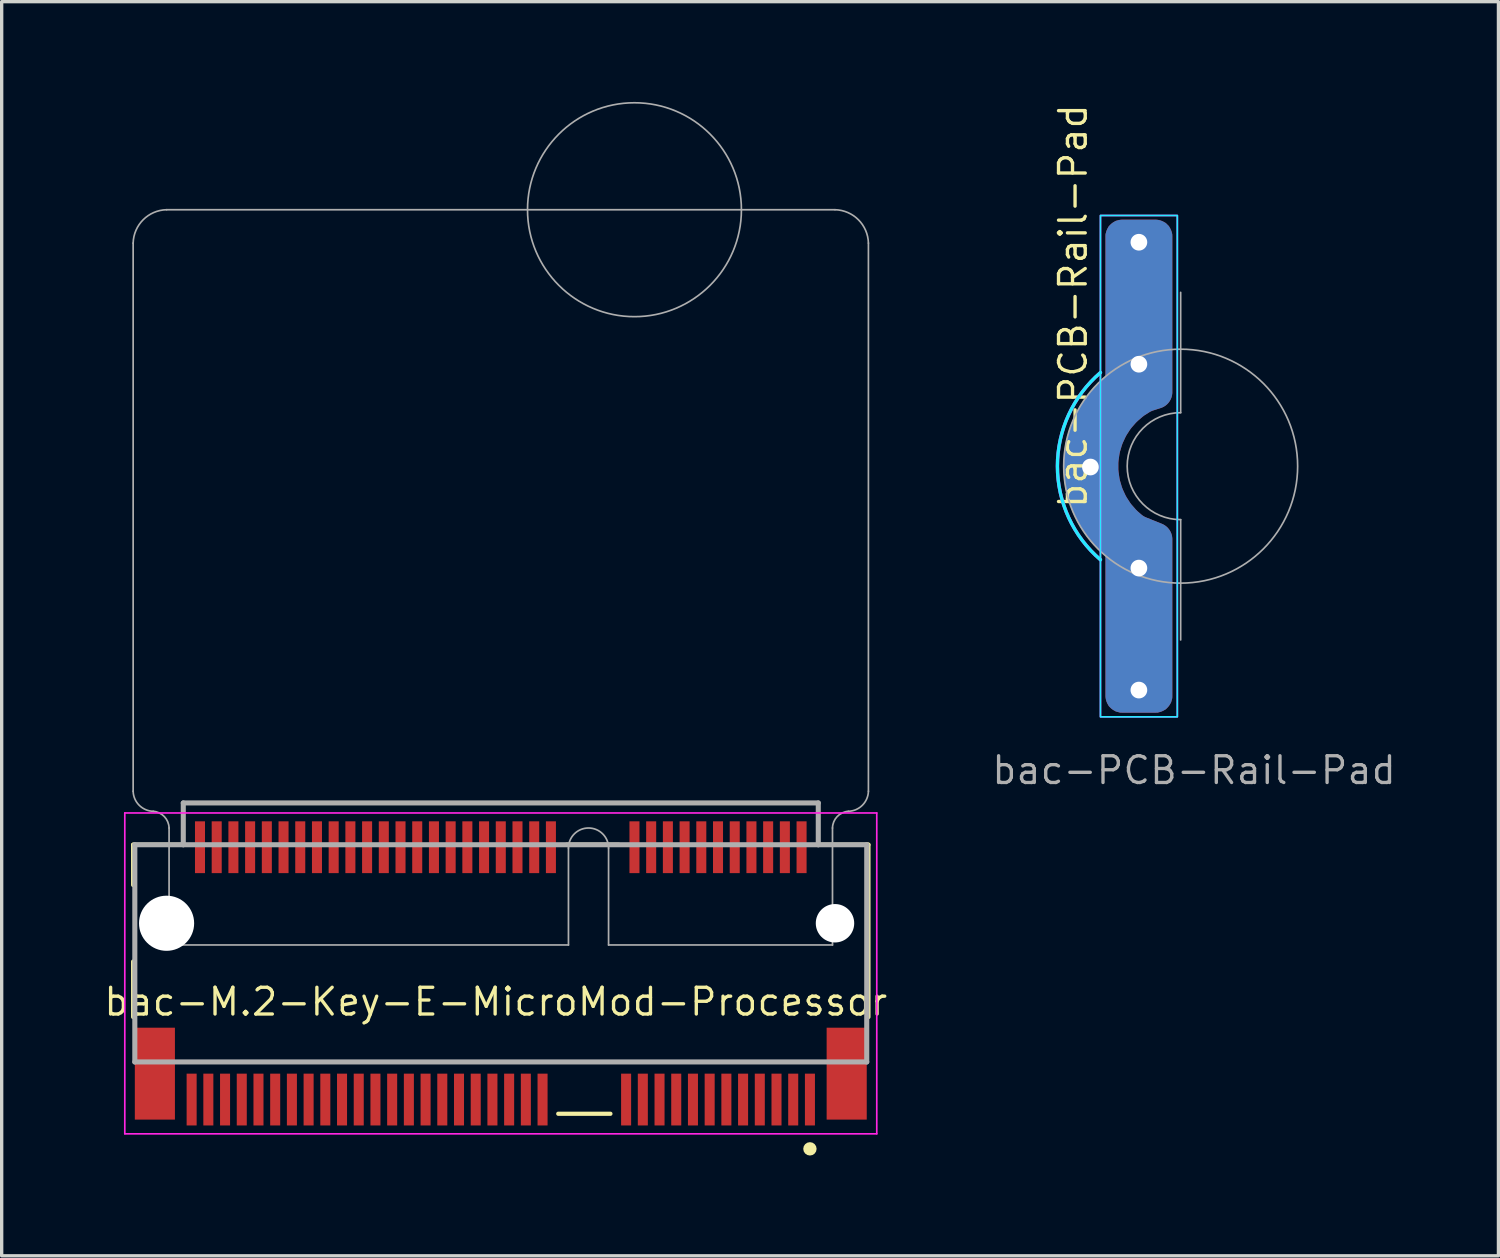
<source format=kicad_pcb>
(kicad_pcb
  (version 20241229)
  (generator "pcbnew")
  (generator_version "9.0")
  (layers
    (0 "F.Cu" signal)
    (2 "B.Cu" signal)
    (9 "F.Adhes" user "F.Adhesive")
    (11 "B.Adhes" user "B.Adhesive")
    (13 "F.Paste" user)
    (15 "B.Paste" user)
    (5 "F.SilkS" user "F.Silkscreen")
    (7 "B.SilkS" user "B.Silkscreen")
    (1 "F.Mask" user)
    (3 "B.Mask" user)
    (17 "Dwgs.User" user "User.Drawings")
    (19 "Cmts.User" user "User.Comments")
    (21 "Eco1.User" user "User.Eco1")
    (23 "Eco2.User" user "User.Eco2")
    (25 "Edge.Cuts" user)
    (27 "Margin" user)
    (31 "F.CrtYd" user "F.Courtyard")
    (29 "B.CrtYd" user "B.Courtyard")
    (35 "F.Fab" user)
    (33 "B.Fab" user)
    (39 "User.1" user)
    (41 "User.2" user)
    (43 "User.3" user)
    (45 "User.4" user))
  (footprint "bac-PCB-Rail-Pad"
    (layer "F.Cu")
    (at 32.277 10.898)
    (property "Reference" "bac-PCB-Rail-Pad" (at -3.22 -4.79 90) (unlocked yes) (layer "F.SilkS") (effects (font (size 0.8 0.8) (thickness 0.1))))
    (attr through_hole)
    (fp_poly (pts (arc (start -2.399999 -2.799999) (mid -3.687816 0) (end -2.399999 2.799995))) (stroke (width 0) (type solid)) (fill yes) (layer "F.Mask"))
    (fp_poly (pts (arc (start 0.4 -7) (mid 0.253553 -7.353553) (end -0.1 -7.5)) (arc (start -1.9 -7.5) (mid -2.253553 -7.353553) (end -2.4 -7)) (arc (start -2.4 7) (mid -2.253553 7.353553) (end -1.9 7.5)) (arc (start -0.1 7.5) (mid 0.253553 7.353553) (end 0.4 7))) (stroke (width 0) (type solid)) (fill yes) (layer "F.Mask"))
    (fp_poly (pts (arc (start -2.399999 -2.799999) (mid -3.687816 0) (end -2.399999 2.799995))) (stroke (width 0) (type solid)) (fill yes) (layer "B.Mask"))
    (fp_poly (pts (arc (start 0.4 -7) (mid 0.253553 -7.353553) (end -0.1 -7.5)) (arc (start -1.9 -7.5) (mid -2.253553 -7.353553) (end -2.4 -7)) (arc (start -2.4 7) (mid -2.253553 7.353553) (end -1.9 7.5)) (arc (start -0.1 7.5) (mid 0.253553 7.353553) (end 0.4 7))) (stroke (width 0) (type solid)) (fill yes) (layer "B.Mask"))
    (fp_rect (start -2.4 -7.5) (end -0.1 7.5) (stroke (width 0.05) (type default)) (fill no) (layer "B.CrtYd"))
    (fp_arc (start -2.399999 2.799999) (mid -3.687816 0) (end -2.399999 -2.799999) (stroke (width 0.1) (type default)) (layer "B.CrtYd"))
    (fp_rect (start -2.4 -7.5) (end -0.1 7.5) (stroke (width 0.05) (type default)) (fill no) (layer "F.CrtYd"))
    (fp_arc (start -2.399999 2.799999) (mid -3.687816 0) (end -2.399999 -2.799999) (stroke (width 0.1) (type default)) (layer "F.CrtYd"))
    (fp_line (start 0 -1.6) (end 0 -5.2) (stroke (width 0.05) (type default)) (layer "F.Fab"))
    (fp_line (start 0 5.2) (end 0 1.6) (stroke (width 0.05) (type default)) (layer "F.Fab"))
    (fp_arc (start 0 1.6) (mid -1.6 0) (end 0 -1.6) (stroke (width 0.05) (type default)) (layer "F.Fab"))
    (fp_circle (center 0 0) (end 3.5 0) (stroke (width 0.05) (type default)) (fill no) (layer "F.Fab"))
    (fp_text user "${REFERENCE}" (at 0.4 9.1 0) (unlocked yes) (layer "F.Fab") (effects (font (size 0.8 0.8) (thickness 0.1))))
    (pad "1" thru_hole circle (at -2.7 0.026) (size 1 1) (drill 0.5) (layers "*.Cu" "*.Mask"))
    (pad "1" thru_hole circle (at -1.25 -6.7) (size 1 1) (drill 0.5) (layers "*.Cu" "*.Mask"))
    (pad "1" thru_hole circle (at -1.25 -3.05) (size 1 1) (drill 0.5) (layers "*.Cu" "*.Mask"))
    (pad "1" thru_hole circle (at -1.25 3.05) (size 1 1) (drill 0.5) (layers "*.Cu" "*.Mask"))
    (pad "1" thru_hole circle (at -1.25 6.7) (size 1 1) (drill 0.5) (layers "*.Cu" "*.Mask"))
    (pad "1" smd custom (at -1.1 -5.8) (size 1 1) (layers "F.Cu" "F.Mask") (options (anchor circle)) (primitives (gr_poly (pts (xy 0.85 -1.068) (xy 0.85 -1.082) (xy 0.848 -1.141) (arc (start 0.831368 -1.20375) (mid 0.810345 -1.265682) (end 0.781418 -1.32434)) (xy 0.749 -1.381) (xy 0.656 -1.474) (arc (start 0.59934 -1.506418) (mid 0.540682 -1.535345) (end 0.47875 -1.556368)) (arc (start 0.472788 -1.557966) (mid 0.415099 -1.569833) (end 0.356415 -1.574833)) (xy 0.35 -1.575) (xy -0.65 -1.575) (arc (start -0.656415 -1.574833) (mid -0.715099 -1.569832) (end -0.772788 -1.557965)) (xy -0.842 -1.539) (arc (start -0.898949 -1.506643) (mid -0.95333 -1.470307) (end -1.002502 -1.427184)) (xy -1.049 -1.381) (arc (start -1.081418 -1.32434) (mid -1.110345 -1.265682) (end -1.131368 -1.20375)) (xy -1.148 -1.141) (xy -1.15 -1.082) (xy -1.15 -1.068) (xy -1.15 3.11) (xy -1.27 3.213) (xy -1.303 3.244) (xy -1.52 3.468) (xy -1.554 3.506) (xy -1.746 3.749) (xy -1.776 3.791) (xy -1.942 4.052) (xy -1.967 4.097) (xy -2.105 4.374) (xy -2.126 4.421) (xy -2.235 4.71) (xy -2.25 4.759) (xy -2.329 5.058) (xy -2.339 5.109) (xy -2.387 5.414) (xy -2.392 5.465) (xy -2.408 5.774) (xy -2.408 5.826) (xy -2.392 6.135) (xy -2.387 6.186) (xy -2.339 6.491) (xy -2.329 6.542) (xy -2.25 6.841) (xy -2.235 6.89) (xy -2.126 7.179) (xy -2.105 7.226) (xy -1.967 7.503) (xy -1.942 7.548) (xy -1.776 7.809) (xy -1.746 7.851) (xy -1.554 8.094) (xy -1.52 8.132) (xy -1.303 8.356) (xy -1.27 8.387) (xy -1.15 8.49) (xy -1.15 12.675) (arc (start -1.149833 12.681415) (mid -1.144833 12.740099) (end -1.132966 12.797788)) (arc (start -1.131368 12.80375) (mid -1.110345 12.865682) (end -1.081418 12.92434)) (xy -1.049 12.981) (arc (start -1.002502 13.027184) (mid -0.95333 13.070307) (end -0.898949 13.106643)) (xy -0.842 13.139) (xy -0.716 13.173) (xy -0.657 13.175) (xy -0.643 13.175) (xy 0.343 13.175) (xy 0.357 13.175) (xy 0.416 13.173) (arc (start 0.47875 13.156368) (mid 0.540682 13.135345) (end 0.59934 13.106418)) (xy 0.656 13.074) (arc (start 0.702184 13.027502) (mid 0.745307 12.97833) (end 0.781643 12.923949)) (xy 0.814 12.867) (xy 0.848 12.741) (xy 0.85 12.682) (xy 0.85 12.668) (arc (start 0.85 7.987621) (mid 0.764378 7.707815) (end 0.536835 7.52384)) (arc (start 0.064208 7.333441) (mid -0.008566 7.296981) (end -0.074461 7.249196)) (xy -0.188 7.151) (xy -0.239 7.101) (xy -0.369 6.953) (xy -0.412 6.896) (xy -0.519 6.731) (xy -0.553 6.668) (xy -0.635 6.49) (xy -0.66 6.423) (xy -0.716 6.234) (xy -0.731 6.164) (xy -0.759 5.97) (xy -0.765 5.898) (xy -0.765 5.702) (xy -0.759 5.63) (xy -0.731 5.436) (xy -0.716 5.366) (xy -0.66 5.177) (xy -0.635 5.11) (xy -0.553 4.932) (xy -0.519 4.869) (xy -0.412 4.704) (xy -0.369 4.647) (xy -0.239 4.499) (xy -0.188 4.449) (xy -0.039 4.321) (xy 0.018 4.278) (arc (start 0.160337 4.187931) (mid 0.216258 4.157276) (end 0.275626 4.133988)) (arc (start 0.502529 4.061305) (mid 0.753896 3.879871) (end 0.85 3.585138))) (width 0) (fill yes))))
    (pad "1" smd custom (at -1.1 -5.8) (size 1 1) (layers "B.Cu" "B.Mask") (options (anchor circle)) (primitives (gr_poly (pts (xy 0.85 -1.068) (xy 0.85 -1.082) (xy 0.848 -1.141) (arc (start 0.831368 -1.20375) (mid 0.810345 -1.265682) (end 0.781418 -1.32434)) (xy 0.749 -1.381) (xy 0.656 -1.474) (arc (start 0.59934 -1.506418) (mid 0.540682 -1.535345) (end 0.47875 -1.556368)) (arc (start 0.472788 -1.557966) (mid 0.415099 -1.569833) (end 0.356415 -1.574833)) (xy 0.35 -1.575) (xy -0.65 -1.575) (arc (start -0.656415 -1.574833) (mid -0.715099 -1.569832) (end -0.772788 -1.557965)) (xy -0.842 -1.539) (arc (start -0.898949 -1.506643) (mid -0.95333 -1.470307) (end -1.002502 -1.427184)) (xy -1.049 -1.381) (arc (start -1.081418 -1.32434) (mid -1.110345 -1.265682) (end -1.131368 -1.20375)) (xy -1.148 -1.141) (xy -1.15 -1.082) (xy -1.15 -1.068) (xy -1.15 3.11) (xy -1.27 3.213) (xy -1.303 3.244) (xy -1.52 3.468) (xy -1.554 3.506) (xy -1.746 3.749) (xy -1.776 3.791) (xy -1.942 4.052) (xy -1.967 4.097) (xy -2.105 4.374) (xy -2.126 4.421) (xy -2.235 4.71) (xy -2.25 4.759) (xy -2.329 5.058) (xy -2.339 5.109) (xy -2.387 5.414) (xy -2.392 5.465) (xy -2.408 5.774) (xy -2.408 5.826) (xy -2.392 6.135) (xy -2.387 6.186) (xy -2.339 6.491) (xy -2.329 6.542) (xy -2.25 6.841) (xy -2.235 6.89) (xy -2.126 7.179) (xy -2.105 7.226) (xy -1.967 7.503) (xy -1.942 7.548) (xy -1.776 7.809) (xy -1.746 7.851) (xy -1.554 8.094) (xy -1.52 8.132) (xy -1.303 8.356) (xy -1.27 8.387) (xy -1.15 8.49) (xy -1.15 12.675) (arc (start -1.149833 12.681415) (mid -1.144833 12.740099) (end -1.132966 12.797788)) (arc (start -1.131368 12.80375) (mid -1.110345 12.865682) (end -1.081418 12.92434)) (xy -1.049 12.981) (arc (start -1.002502 13.027184) (mid -0.95333 13.070307) (end -0.898949 13.106643)) (xy -0.842 13.139) (xy -0.716 13.173) (xy -0.657 13.175) (xy -0.643 13.175) (xy 0.343 13.175) (xy 0.357 13.175) (xy 0.416 13.173) (arc (start 0.47875 13.156368) (mid 0.540682 13.135345) (end 0.59934 13.106418)) (xy 0.656 13.074) (arc (start 0.702184 13.027502) (mid 0.745307 12.97833) (end 0.781643 12.923949)) (xy 0.814 12.867) (xy 0.848 12.741) (xy 0.85 12.682) (xy 0.85 12.668) (arc (start 0.85 7.987621) (mid 0.764378 7.707815) (end 0.536835 7.52384)) (arc (start 0.064208 7.333441) (mid -0.008566 7.296981) (end -0.074461 7.249196)) (xy -0.188 7.151) (xy -0.239 7.101) (xy -0.369 6.953) (xy -0.412 6.896) (xy -0.519 6.731) (xy -0.553 6.668) (xy -0.635 6.49) (xy -0.66 6.423) (xy -0.716 6.234) (xy -0.731 6.164) (xy -0.759 5.97) (xy -0.765 5.898) (xy -0.765 5.702) (xy -0.759 5.63) (xy -0.731 5.436) (xy -0.716 5.366) (xy -0.66 5.177) (xy -0.635 5.11) (xy -0.553 4.932) (xy -0.519 4.869) (xy -0.412 4.704) (xy -0.369 4.647) (xy -0.239 4.499) (xy -0.188 4.449) (xy -0.039 4.321) (xy 0.018 4.278) (arc (start 0.160337 4.187931) (mid 0.216258 4.157276) (end 0.275626 4.133988)) (arc (start 0.502529 4.061305) (mid 0.753896 3.879871) (end 0.85 3.585138))) (width 0) (fill yes)))))
  (footprint "bac-M.2-Key-E-MicroMod-Processor"
    (layer "F.Cu")
    (at 11.934 23.475)
    (property "Reference" "bac-M.2-Key-E-MicroMod-Processor" (at -0.15 3.45 0) (unlocked yes) (layer "F.SilkS") (effects (font (size 0.8 0.8) (thickness 0.1))))
    (fp_line (start -11 -1.25) (end -11 -0.045) (stroke (width 0.127) (type solid)) (layer "F.SilkS"))
    (fp_line (start -11 -1.25) (end -9.47 -1.25) (stroke (width 0.127) (type solid)) (layer "F.SilkS"))
    (fp_line (start -11 3.905) (end -11 2.245) (stroke (width 0.127) (type solid)) (layer "F.SilkS"))
    (fp_line (start 3.28 6.8) (end 1.72 6.8) (stroke (width 0.127) (type solid)) (layer "F.SilkS"))
    (fp_line (start 3.53 -1.25) (end 1.97 -1.25) (stroke (width 0.127) (type solid)) (layer "F.SilkS"))
    (fp_line (start 9.47 -1.25) (end 11 -1.25) (stroke (width 0.127) (type solid)) (layer "F.SilkS"))
    (fp_line (start 11 -1.25) (end 11 3.905) (stroke (width 0.127) (type solid)) (layer "F.SilkS"))
    (fp_circle (center 9.25 7.85) (end 9.15 7.85) (stroke (width 0.2) (type solid)) (fill no) (layer "F.SilkS"))
    (fp_line (start -11.25 -2.2) (end -11.25 7.4) (stroke (width 0.05) (type solid)) (layer "F.CrtYd"))
    (fp_line (start -11.25 7.4) (end 11.25 7.4) (stroke (width 0.05) (type solid)) (layer "F.CrtYd"))
    (fp_line (start 11.25 -2.2) (end -11.25 -2.2) (stroke (width 0.05) (type solid)) (layer "F.CrtYd"))
    (fp_line (start 11.25 7.4) (end 11.25 -2.2) (stroke (width 0.05) (type solid)) (layer "F.CrtYd"))
    (fp_line (start -11 -19.25) (end -11 -2.85) (stroke (width 0.051) (type solid)) (layer "F.Fab"))
    (fp_line (start -10.95 -1.25) (end -10.95 5.25) (stroke (width 0.152) (type solid)) (layer "F.Fab"))
    (fp_line (start -10.95 5.25) (end 10.95 5.25) (stroke (width 0.152) (type solid)) (layer "F.Fab"))
    (fp_line (start -9.925 1.75) (end -9.925 -1.75) (stroke (width 0.051) (type solid)) (layer "F.Fab"))
    (fp_line (start -9.5 -2.5) (end -9.5 -1.25) (stroke (width 0.152) (type solid)) (layer "F.Fab"))
    (fp_line (start -9.5 -1.25) (end -10.95 -1.25) (stroke (width 0.152) (type solid)) (layer "F.Fab"))
    (fp_line (start 2.025 -1.15) (end 2.025 1.75) (stroke (width 0.051) (type solid)) (layer "F.Fab"))
    (fp_line (start 2.025 1.75) (end -9.925 1.75) (stroke (width 0.051) (type solid)) (layer "F.Fab"))
    (fp_line (start 3.225 -1.15) (end 3.225 1.75) (stroke (width 0.051) (type solid)) (layer "F.Fab"))
    (fp_line (start 9.5 -2.5) (end -9.5 -2.5) (stroke (width 0.152) (type solid)) (layer "F.Fab"))
    (fp_line (start 9.5 -2.5) (end 9.5 -1.25) (stroke (width 0.152) (type solid)) (layer "F.Fab"))
    (fp_line (start 9.5 -1.25) (end -9.5 -1.25) (stroke (width 0.152) (type solid)) (layer "F.Fab"))
    (fp_line (start 9.925 -1.75) (end 9.925 1.75) (stroke (width 0.051) (type solid)) (layer "F.Fab"))
    (fp_line (start 9.925 1.75) (end 3.225 1.75) (stroke (width 0.051) (type solid)) (layer "F.Fab"))
    (fp_line (start 10 -20.25) (end -10 -20.25) (stroke (width 0.051) (type solid)) (layer "F.Fab"))
    (fp_line (start 10.95 -1.25) (end 9.5 -1.25) (stroke (width 0.152) (type solid)) (layer "F.Fab"))
    (fp_line (start 10.95 5.25) (end 10.95 -1.25) (stroke (width 0.152) (type solid)) (layer "F.Fab"))
    (fp_line (start 11 -19.25) (end 11 -2.85) (stroke (width 0.05) (type solid)) (layer "F.Fab"))
    (fp_arc (start -11 -19.25) (mid -10.7 -19.95) (end -10 -20.25) (stroke (width 0.05) (type solid)) (layer "F.Fab"))
    (fp_arc (start -10.400001 -2.249999) (mid -10.819362 -2.430638) (end -11 -2.85) (stroke (width 0.05) (type solid)) (layer "F.Fab"))
    (fp_arc (start -10.4 -2.25) (mid -10.066759 -2.090954) (end -9.925 -1.75) (stroke (width 0.0508) (type solid)) (layer "F.Fab"))
    (fp_arc (start 2.025 -1.15) (mid 2.625 -1.75) (end 3.225 -1.15) (stroke (width 0.0508) (type solid)) (layer "F.Fab"))
    (fp_arc (start 9.925 -1.75) (mid 10.065344 -2.092298) (end 10.4 -2.25) (stroke (width 0.0508) (type solid)) (layer "F.Fab"))
    (fp_arc (start 10 -20.25) (mid 10.7 -19.95) (end 11 -19.25) (stroke (width 0.05) (type solid)) (layer "F.Fab"))
    (fp_arc (start 10.999999 -2.849999) (mid 10.819361 -2.430638) (end 10.4 -2.25) (stroke (width 0.05) (type solid)) (layer "F.Fab"))
    (fp_circle (center 4 -20.25) (end 7.2 -20.25) (stroke (width 0.05) (type solid)) (fill no) (layer "F.Fab"))
    (pad "" np_thru_hole circle (at -10 1.1 180) (size 1.65 1.65) (drill 1.65) (layers "*.Cu" "*.Mask"))
    (pad "" np_thru_hole circle (at 10 1.1 180) (size 1.15 1.15) (drill 1.15) (layers "*.Cu" "*.Mask"))
    (pad "1" smd rect (at 9.25 6.375 180) (size 0.3 1.55) (layers "F.Cu" "F.Mask" "F.Paste"))
    (pad "2" smd rect (at 9 -1.175 180) (size 0.3 1.55) (layers "F.Cu" "F.Mask" "F.Paste"))
    (pad "3" smd rect (at 8.75 6.375 180) (size 0.3 1.55) (layers "F.Cu" "F.Mask" "F.Paste"))
    (pad "4" smd rect (at 8.5 -1.175 180) (size 0.3 1.55) (layers "F.Cu" "F.Mask" "F.Paste"))
    (pad "5" smd rect (at 8.25 6.375 180) (size 0.3 1.55) (layers "F.Cu" "F.Mask" "F.Paste"))
    (pad "6" smd rect (at 8 -1.175 180) (size 0.3 1.55) (layers "F.Cu" "F.Mask" "F.Paste"))
    (pad "7" smd rect (at 7.75 6.375 180) (size 0.3 1.55) (layers "F.Cu" "F.Mask" "F.Paste"))
    (pad "8" smd rect (at 7.5 -1.175 180) (size 0.3 1.55) (layers "F.Cu" "F.Mask" "F.Paste"))
    (pad "9" smd rect (at 7.25 6.375 180) (size 0.3 1.55) (layers "F.Cu" "F.Mask" "F.Paste"))
    (pad "10" smd rect (at 7 -1.175 180) (size 0.3 1.55) (layers "F.Cu" "F.Mask" "F.Paste"))
    (pad "11" smd rect (at 6.75 6.375 180) (size 0.3 1.55) (layers "F.Cu" "F.Mask" "F.Paste"))
    (pad "12" smd rect (at 6.5 -1.175 180) (size 0.3 1.55) (layers "F.Cu" "F.Mask" "F.Paste"))
    (pad "13" smd rect (at 6.25 6.375 180) (size 0.3 1.55) (layers "F.Cu" "F.Mask" "F.Paste"))
    (pad "14" smd rect (at 6 -1.175 180) (size 0.3 1.55) (layers "F.Cu" "F.Mask" "F.Paste"))
    (pad "15" smd rect (at 5.75 6.375 180) (size 0.3 1.55) (layers "F.Cu" "F.Mask" "F.Paste"))
    (pad "16" smd rect (at 5.5 -1.175 180) (size 0.3 1.55) (layers "F.Cu" "F.Mask" "F.Paste"))
    (pad "17" smd rect (at 5.25 6.375 180) (size 0.3 1.55) (layers "F.Cu" "F.Mask" "F.Paste"))
    (pad "18" smd rect (at 5 -1.175 180) (size 0.3 1.55) (layers "F.Cu" "F.Mask" "F.Paste"))
    (pad "19" smd rect (at 4.75 6.375 180) (size 0.3 1.55) (layers "F.Cu" "F.Mask" "F.Paste"))
    (pad "20" smd rect (at 4.5 -1.175 180) (size 0.3 1.55) (layers "F.Cu" "F.Mask" "F.Paste"))
    (pad "21" smd rect (at 4.25 6.375 180) (size 0.3 1.55) (layers "F.Cu" "F.Mask" "F.Paste"))
    (pad "22" smd rect (at 4 -1.175 180) (size 0.3 1.55) (layers "F.Cu" "F.Mask" "F.Paste"))
    (pad "23" smd rect (at 3.75 6.375 180) (size 0.3 1.55) (layers "F.Cu" "F.Mask" "F.Paste"))
    (pad "32" smd rect (at 1.5 -1.175 180) (size 0.3 1.55) (layers "F.Cu" "F.Mask" "F.Paste"))
    (pad "33" smd rect (at 1.25 6.375 180) (size 0.3 1.55) (layers "F.Cu" "F.Mask" "F.Paste"))
    (pad "34" smd rect (at 1 -1.175 180) (size 0.3 1.55) (layers "F.Cu" "F.Mask" "F.Paste"))
    (pad "35" smd rect (at 0.75 6.375 180) (size 0.3 1.55) (layers "F.Cu" "F.Mask" "F.Paste"))
    (pad "36" smd rect (at 0.5 -1.175 180) (size 0.3 1.55) (layers "F.Cu" "F.Mask" "F.Paste"))
    (pad "37" smd rect (at 0.25 6.375 180) (size 0.3 1.55) (layers "F.Cu" "F.Mask" "F.Paste"))
    (pad "38" smd rect (at 0 -1.175 180) (size 0.3 1.55) (layers "F.Cu" "F.Mask" "F.Paste"))
    (pad "39" smd rect (at -0.25 6.375 180) (size 0.3 1.55) (layers "F.Cu" "F.Mask" "F.Paste"))
    (pad "40" smd rect (at -0.5 -1.175 180) (size 0.3 1.55) (layers "F.Cu" "F.Mask" "F.Paste"))
    (pad "41" smd rect (at -0.75 6.375 180) (size 0.3 1.55) (layers "F.Cu" "F.Mask" "F.Paste"))
    (pad "42" smd rect (at -1 -1.175 180) (size 0.3 1.55) (layers "F.Cu" "F.Mask" "F.Paste"))
    (pad "43" smd rect (at -1.25 6.375 180) (size 0.3 1.55) (layers "F.Cu" "F.Mask" "F.Paste"))
    (pad "44" smd rect (at -1.5 -1.175 180) (size 0.3 1.55) (layers "F.Cu" "F.Mask" "F.Paste"))
    (pad "45" smd rect (at -1.75 6.375 180) (size 0.3 1.55) (layers "F.Cu" "F.Mask" "F.Paste"))
    (pad "46" smd rect (at -2 -1.175 180) (size 0.3 1.55) (layers "F.Cu" "F.Mask" "F.Paste"))
    (pad "47" smd rect (at -2.25 6.375 180) (size 0.3 1.55) (layers "F.Cu" "F.Mask" "F.Paste"))
    (pad "48" smd rect (at -2.5 -1.175 180) (size 0.3 1.55) (layers "F.Cu" "F.Mask" "F.Paste"))
    (pad "49" smd rect (at -2.75 6.375 180) (size 0.3 1.55) (layers "F.Cu" "F.Mask" "F.Paste"))
    (pad "50" smd rect (at -3 -1.175 180) (size 0.3 1.55) (layers "F.Cu" "F.Mask" "F.Paste"))
    (pad "51" smd rect (at -3.25 6.375 180) (size 0.3 1.55) (layers "F.Cu" "F.Mask" "F.Paste"))
    (pad "52" smd rect (at -3.5 -1.175 180) (size 0.3 1.55) (layers "F.Cu" "F.Mask" "F.Paste"))
    (pad "53" smd rect (at -3.75 6.375 180) (size 0.3 1.55) (layers "F.Cu" "F.Mask" "F.Paste"))
    (pad "54" smd rect (at -4 -1.175 180) (size 0.3 1.55) (layers "F.Cu" "F.Mask" "F.Paste"))
    (pad "55" smd rect (at -4.25 6.375 180) (size 0.3 1.55) (layers "F.Cu" "F.Mask" "F.Paste"))
    (pad "56" smd rect (at -4.5 -1.175 180) (size 0.3 1.55) (layers "F.Cu" "F.Mask" "F.Paste"))
    (pad "57" smd rect (at -4.75 6.375 180) (size 0.3 1.55) (layers "F.Cu" "F.Mask" "F.Paste"))
    (pad "58" smd rect (at -5 -1.175 180) (size 0.3 1.55) (layers "F.Cu" "F.Mask" "F.Paste"))
    (pad "59" smd rect (at -5.25 6.375 180) (size 0.3 1.55) (layers "F.Cu" "F.Mask" "F.Paste"))
    (pad "60" smd rect (at -5.5 -1.175 180) (size 0.3 1.55) (layers "F.Cu" "F.Mask" "F.Paste"))
    (pad "61" smd rect (at -5.75 6.375 180) (size 0.3 1.55) (layers "F.Cu" "F.Mask" "F.Paste"))
    (pad "62" smd rect (at -6 -1.175 180) (size 0.3 1.55) (layers "F.Cu" "F.Mask" "F.Paste"))
    (pad "63" smd rect (at -6.25 6.375 180) (size 0.3 1.55) (layers "F.Cu" "F.Mask" "F.Paste"))
    (pad "64" smd rect (at -6.5 -1.175 180) (size 0.3 1.55) (layers "F.Cu" "F.Mask" "F.Paste"))
    (pad "65" smd rect (at -6.75 6.375 180) (size 0.3 1.55) (layers "F.Cu" "F.Mask" "F.Paste"))
    (pad "66" smd rect (at -7 -1.175 180) (size 0.3 1.55) (layers "F.Cu" "F.Mask" "F.Paste"))
    (pad "67" smd rect (at -7.25 6.375 180) (size 0.3 1.55) (layers "F.Cu" "F.Mask" "F.Paste"))
    (pad "68" smd rect (at -7.5 -1.175 180) (size 0.3 1.55) (layers "F.Cu" "F.Mask" "F.Paste"))
    (pad "69" smd rect (at -7.75 6.375 180) (size 0.3 1.55) (layers "F.Cu" "F.Mask" "F.Paste"))
    (pad "70" smd rect (at -8 -1.175 180) (size 0.3 1.55) (layers "F.Cu" "F.Mask" "F.Paste"))
    (pad "71" smd rect (at -8.25 6.375 180) (size 0.3 1.55) (layers "F.Cu" "F.Mask" "F.Paste"))
    (pad "72" smd rect (at -8.5 -1.175 180) (size 0.3 1.55) (layers "F.Cu" "F.Mask" "F.Paste"))
    (pad "73" smd rect (at -8.75 6.375 180) (size 0.3 1.55) (layers "F.Cu" "F.Mask" "F.Paste"))
    (pad "74" smd rect (at -9 -1.175 180) (size 0.3 1.55) (layers "F.Cu" "F.Mask" "F.Paste"))
    (pad "75" smd rect (at -9.25 6.375 180) (size 0.3 1.55) (layers "F.Cu" "F.Mask" "F.Paste"))
    (pad "S1" smd rect (at 10.35 5.6 180) (size 1.2 2.75) (layers "F.Cu" "F.Mask" "F.Paste"))
    (pad "S2" smd rect (at -10.35 5.6 180) (size 1.2 2.75) (layers "F.Cu" "F.Mask" "F.Paste"))
    (zone (net_name "") (layer "F.Cu") (name "Processor Board Keepout") (hatch edge 0.5) (connect_pads) (min_thickness 0.25) (filled_areas_thickness no) (keepout (tracks allowed) (vias allowed) (pads allowed) (copperpour allowed) (footprints not_allowed)) (placement (enabled no)) (fill) (polygon (pts (xy 0.934 3.275) (xy 22.834 3.275) (xy 22.834 21.175) (xy 0.934 21.175)))))
  (gr_rect
    (start -3 -3)
    (end 41.785 34.525)
    (stroke (width 0.1) (type default))
    (fill no)
    (layer "Edge.Cuts")))
</source>
